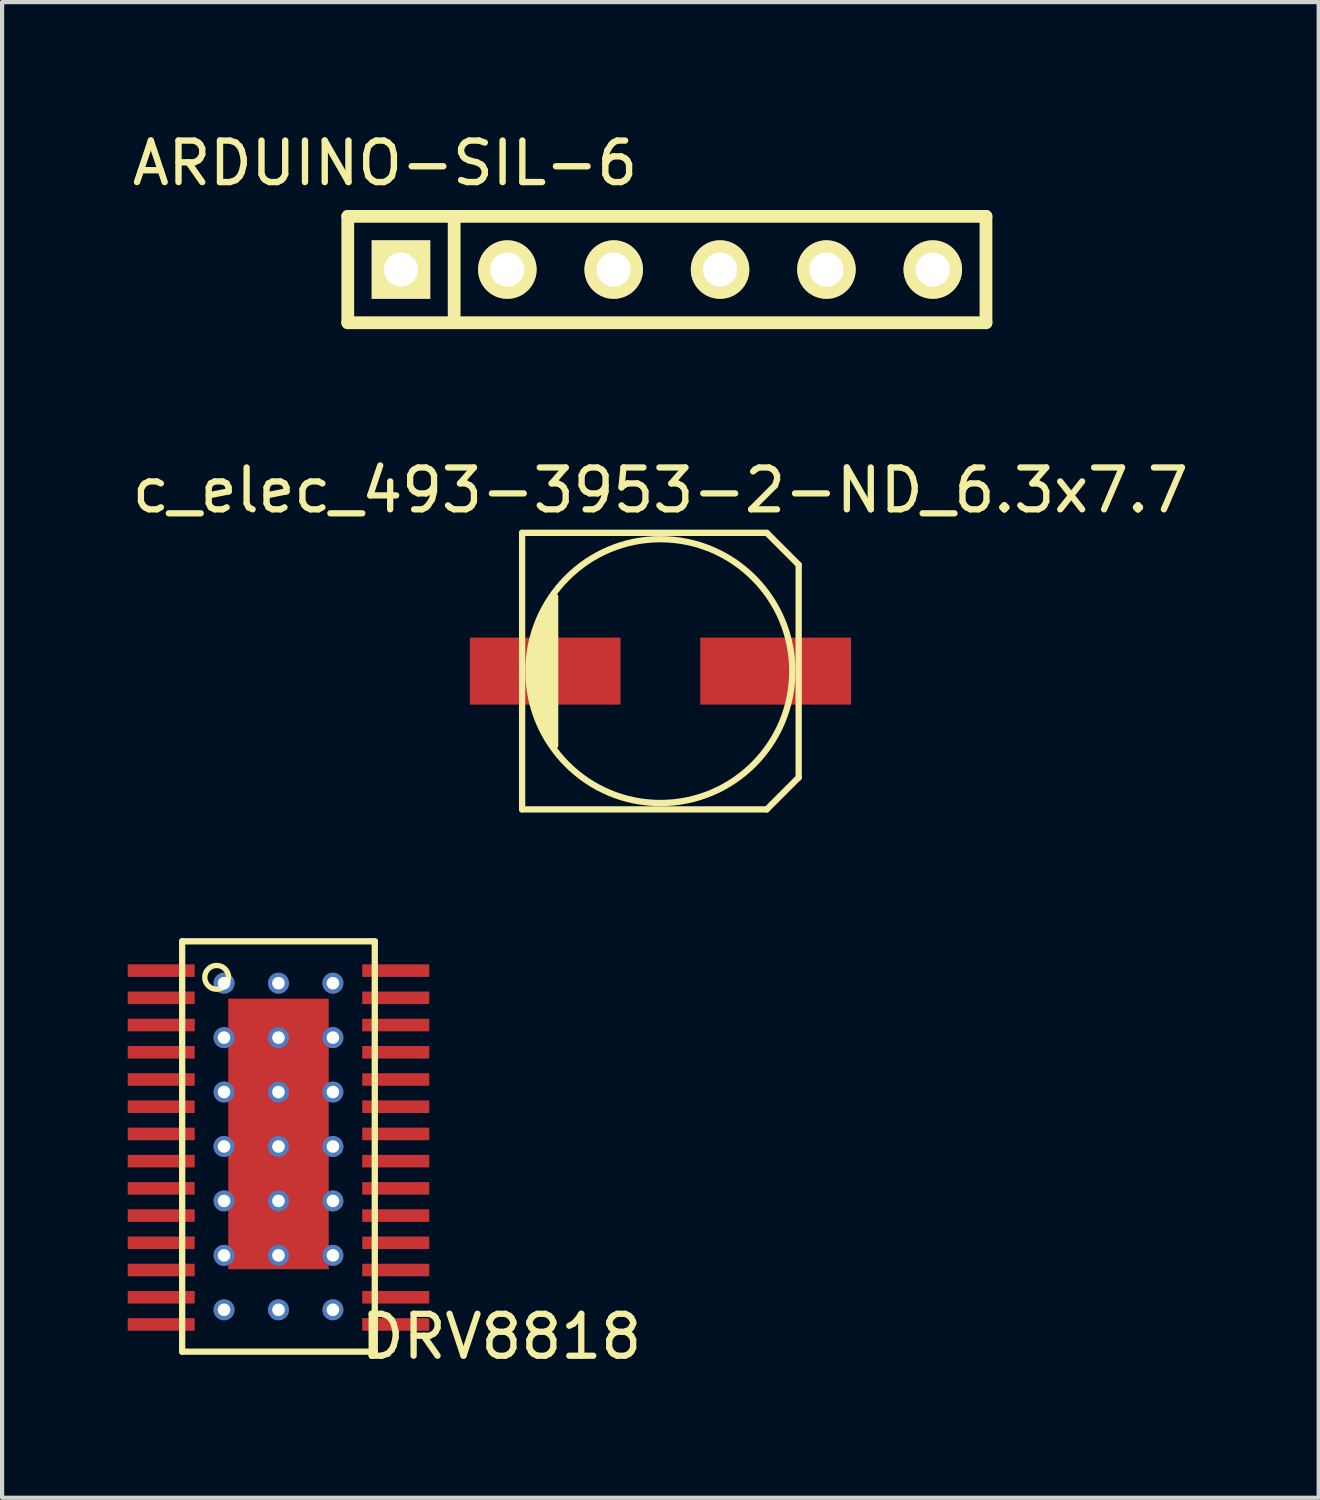
<source format=kicad_pcb>
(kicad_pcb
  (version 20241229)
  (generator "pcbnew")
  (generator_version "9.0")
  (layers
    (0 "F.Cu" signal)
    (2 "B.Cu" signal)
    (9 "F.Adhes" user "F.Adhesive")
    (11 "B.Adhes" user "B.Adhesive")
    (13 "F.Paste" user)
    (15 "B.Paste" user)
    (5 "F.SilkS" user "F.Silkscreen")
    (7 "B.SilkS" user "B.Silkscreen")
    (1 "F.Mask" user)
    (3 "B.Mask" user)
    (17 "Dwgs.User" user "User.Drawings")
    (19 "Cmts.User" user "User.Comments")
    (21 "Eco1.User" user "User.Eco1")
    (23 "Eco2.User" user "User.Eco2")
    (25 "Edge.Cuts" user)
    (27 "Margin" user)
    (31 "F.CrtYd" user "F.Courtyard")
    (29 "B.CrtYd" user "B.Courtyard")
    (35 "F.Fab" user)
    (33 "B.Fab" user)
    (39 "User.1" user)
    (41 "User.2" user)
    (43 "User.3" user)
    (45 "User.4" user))
  (footprint "c_elec_493-3953-2-ND_6.3x7.7"
    (layer "F.Cu")
    (at 12.72 12.976)
    (property "Reference" "c_elec_493-3953-2-ND_6.3x7.7" (at 0 -4.318 0) (layer "F.SilkS") (effects (font (size 1 1) (thickness 0.15))))
    (attr smd)
    (fp_line (start -3.302 -3.302) (end -3.302 3.302) (stroke (width 0.15) (type solid)) (layer "F.SilkS"))
    (fp_line (start -3.302 3.302) (end 2.54 3.302) (stroke (width 0.15) (type solid)) (layer "F.SilkS"))
    (fp_line (start -3.021 -0.762) (end -3.021 0.762) (stroke (width 0.15) (type solid)) (layer "F.SilkS"))
    (fp_line (start -2.894 1.143) (end -2.894 -1.143) (stroke (width 0.15) (type solid)) (layer "F.SilkS"))
    (fp_line (start -2.767 -1.397) (end -2.767 1.397) (stroke (width 0.15) (type solid)) (layer "F.SilkS"))
    (fp_line (start -2.64 1.651) (end -2.64 -1.651) (stroke (width 0.15) (type solid)) (layer "F.SilkS"))
    (fp_line (start -2.513 -1.778) (end -2.513 1.778) (stroke (width 0.15) (type solid)) (layer "F.SilkS"))
    (fp_line (start 2.54 -3.302) (end -3.302 -3.302) (stroke (width 0.15) (type solid)) (layer "F.SilkS"))
    (fp_line (start 2.54 3.302) (end 3.302 2.54) (stroke (width 0.15) (type solid)) (layer "F.SilkS"))
    (fp_line (start 3.302 -2.54) (end 2.54 -3.302) (stroke (width 0.15) (type solid)) (layer "F.SilkS"))
    (fp_line (start 3.302 2.54) (end 3.302 -2.54) (stroke (width 0.15) (type solid)) (layer "F.SilkS"))
    (fp_circle (center 0 0) (end 3.15 0) (stroke (width 0.15) (type solid)) (fill no) (layer "F.SilkS"))
    (pad "1" smd rect (at 2.751 0) (size 3.599 1.6) (layers "F.Cu" "F.Mask" "F.Paste"))
    (pad "2" smd rect (at -2.751 0) (size 3.599 1.6) (layers "F.Cu" "F.Mask" "F.Paste")))
  (footprint "ARDUINO-SIL-6"
    (layer "F.Cu")
    (at 12.875 3.387)
    (property "Reference" "ARDUINO-SIL-6" (at -6.731 -2.54 0) (layer "F.SilkS") (effects (font (size 0.991 0.991) (thickness 0.152))))
    (attr through_hole)
    (fp_line (start -7.62 -1.27) (end 7.62 -1.27) (stroke (width 0.305) (type solid)) (layer "F.SilkS"))
    (fp_line (start -7.62 1.27) (end -7.62 -1.27) (stroke (width 0.305) (type solid)) (layer "F.SilkS"))
    (fp_line (start -5.08 1.27) (end -5.08 -1.27) (stroke (width 0.305) (type solid)) (layer "F.SilkS"))
    (fp_line (start 7.62 -1.27) (end 7.62 1.27) (stroke (width 0.305) (type solid)) (layer "F.SilkS"))
    (fp_line (start 7.62 1.27) (end -7.62 1.27) (stroke (width 0.305) (type solid)) (layer "F.SilkS"))
    (pad "1" thru_hole rect (at -6.35 0) (size 1.397 1.397) (drill 0.813) (layers "*.Cu" "*.Mask" "F.SilkS"))
    (pad "2" thru_hole circle (at -3.81 0) (size 1.397 1.397) (drill 0.813) (layers "*.Cu" "*.Mask" "F.SilkS"))
    (pad "3" thru_hole circle (at -1.27 0) (size 1.397 1.397) (drill 0.813) (layers "*.Cu" "*.Mask" "F.SilkS"))
    (pad "4" thru_hole circle (at 1.27 0) (size 1.397 1.397) (drill 0.813) (layers "*.Cu" "*.Mask" "F.SilkS"))
    (pad "5" thru_hole circle (at 3.81 0) (size 1.397 1.397) (drill 0.813) (layers "*.Cu" "*.Mask" "F.SilkS"))
    (pad "6" thru_hole circle (at 6.35 0) (size 1.397 1.397) (drill 0.813) (layers "*.Cu" "*.Mask" "F.SilkS")))
  (footprint "DRV8818"
    (layer "F.Cu")
    (at 3.6 24.028)
    (property "Reference" "DRV8818" (at 5.324 4.841 0) (layer "F.SilkS") (effects (font (size 1.001 1.001) (thickness 0.15))))
    (attr smd)
    (fp_line (start -2.3 -4.6) (end 2.3 -4.6) (stroke (width 0.15) (type solid)) (layer "F.SilkS"))
    (fp_line (start -2.3 5.2) (end -2.3 -4.6) (stroke (width 0.15) (type solid)) (layer "F.SilkS"))
    (fp_line (start 2.3 -4.6) (end 2.3 5.2) (stroke (width 0.15) (type solid)) (layer "F.SilkS"))
    (fp_line (start 2.3 5.2) (end -2.3 5.2) (stroke (width 0.15) (type solid)) (layer "F.SilkS"))
    (fp_circle (center -1.476 -3.739) (end -1.73 -3.866) (stroke (width 0.127) (type solid)) (fill no) (layer "F.SilkS"))
    (pad "1" smd rect (at -2.8 -3.9 270) (size 0.3 1.6) (layers "F.Cu" "F.Mask" "F.Paste"))
    (pad "2" smd rect (at -2.8 -3.25 270) (size 0.3 1.6) (layers "F.Cu" "F.Mask" "F.Paste"))
    (pad "3" smd rect (at -2.8 -2.6 270) (size 0.3 1.6) (layers "F.Cu" "F.Mask" "F.Paste"))
    (pad "4" smd rect (at -2.8 -1.95 270) (size 0.3 1.6) (layers "F.Cu" "F.Mask" "F.Paste"))
    (pad "5" smd rect (at -2.8 -1.3 270) (size 0.3 1.6) (layers "F.Cu" "F.Mask" "F.Paste"))
    (pad "6" smd rect (at -2.8 -0.65 270) (size 0.3 1.6) (layers "F.Cu" "F.Mask" "F.Paste"))
    (pad "7" smd rect (at -2.8 0 270) (size 0.3 1.6) (layers "F.Cu" "F.Mask" "F.Paste"))
    (pad "8" smd rect (at -2.8 0.65 270) (size 0.3 1.6) (layers "F.Cu" "F.Mask" "F.Paste"))
    (pad "9" smd rect (at -2.8 1.3 270) (size 0.3 1.6) (layers "F.Cu" "F.Mask" "F.Paste"))
    (pad "10" smd rect (at -2.8 1.95 270) (size 0.3 1.6) (layers "F.Cu" "F.Mask" "F.Paste"))
    (pad "11" smd rect (at -2.8 2.6 270) (size 0.3 1.6) (layers "F.Cu" "F.Mask" "F.Paste"))
    (pad "12" smd rect (at -2.8 3.25 270) (size 0.3 1.6) (layers "F.Cu" "F.Mask" "F.Paste"))
    (pad "13" smd rect (at -2.8 3.9 270) (size 0.3 1.6) (layers "F.Cu" "F.Mask" "F.Paste"))
    (pad "14" smd rect (at -2.8 4.55 270) (size 0.3 1.6) (layers "F.Cu" "F.Mask" "F.Paste"))
    (pad "15" smd rect (at 2.8 4.55 270) (size 0.3 1.6) (layers "F.Cu" "F.Mask" "F.Paste"))
    (pad "16" smd rect (at 2.8 3.9 270) (size 0.3 1.6) (layers "F.Cu" "F.Mask" "F.Paste"))
    (pad "17" smd rect (at 2.8 3.25 270) (size 0.3 1.6) (layers "F.Cu" "F.Mask" "F.Paste"))
    (pad "18" smd rect (at 2.8 2.6 270) (size 0.3 1.6) (layers "F.Cu" "F.Mask" "F.Paste"))
    (pad "19" smd rect (at 2.8 1.95 270) (size 0.3 1.6) (layers "F.Cu" "F.Mask" "F.Paste"))
    (pad "20" smd rect (at 2.8 1.3 270) (size 0.3 1.6) (layers "F.Cu" "F.Mask" "F.Paste"))
    (pad "21" smd rect (at 2.8 0.65 270) (size 0.3 1.6) (layers "F.Cu" "F.Mask" "F.Paste"))
    (pad "22" smd rect (at 2.8 0 270) (size 0.3 1.6) (layers "F.Cu" "F.Mask" "F.Paste"))
    (pad "23" smd rect (at 2.8 -0.65 270) (size 0.3 1.6) (layers "F.Cu" "F.Mask" "F.Paste"))
    (pad "24" smd rect (at 2.8 -1.3 270) (size 0.3 1.6) (layers "F.Cu" "F.Mask" "F.Paste"))
    (pad "25" smd rect (at 2.8 -1.95 270) (size 0.3 1.6) (layers "F.Cu" "F.Mask" "F.Paste"))
    (pad "26" smd rect (at 2.8 -2.6 270) (size 0.3 1.6) (layers "F.Cu" "F.Mask" "F.Paste"))
    (pad "27" smd rect (at 2.8 -3.25 270) (size 0.3 1.6) (layers "F.Cu" "F.Mask" "F.Paste"))
    (pad "28" smd rect (at 2.8 -3.9 270) (size 0.3 1.6) (layers "F.Cu" "F.Mask" "F.Paste"))
    (pad "29" thru_hole circle (at -1.3 -3.6) (size 0.5 0.5) (drill 0.3) (layers "*.Cu" "*.Mask"))
    (pad "29" thru_hole circle (at -1.3 -2.3) (size 0.5 0.5) (drill 0.3) (layers "*.Cu" "*.Mask"))
    (pad "29" thru_hole circle (at -1.3 -1) (size 0.5 0.5) (drill 0.3) (layers "*.Cu" "*.Mask"))
    (pad "29" thru_hole circle (at -1.3 0.3) (size 0.5 0.5) (drill 0.3) (layers "*.Cu" "*.Mask"))
    (pad "29" thru_hole circle (at -1.3 1.6) (size 0.5 0.5) (drill 0.3) (layers "*.Cu" "*.Mask"))
    (pad "29" thru_hole circle (at -1.3 2.9) (size 0.5 0.5) (drill 0.3) (layers "*.Cu" "*.Mask"))
    (pad "29" thru_hole circle (at -1.3 4.2) (size 0.5 0.5) (drill 0.3) (layers "*.Cu" "*.Mask"))
    (pad "29" thru_hole circle (at 0 -3.6) (size 0.5 0.5) (drill 0.3) (layers "*.Cu" "*.Mask"))
    (pad "29" thru_hole circle (at 0 -2.3) (size 0.5 0.5) (drill 0.3) (layers "*.Cu" "*.Mask"))
    (pad "29" thru_hole circle (at 0 -1) (size 0.5 0.5) (drill 0.3) (layers "*.Cu" "*.Mask"))
    (pad "29" smd rect (at 0 0) (size 2.4 6.46) (layers "F.Cu" "F.Mask" "F.Paste"))
    (pad "29" thru_hole circle (at 0 0.3) (size 0.5 0.5) (drill 0.3) (layers "*.Cu" "*.Mask"))
    (pad "29" thru_hole circle (at 0 1.6) (size 0.5 0.5) (drill 0.3) (layers "*.Cu" "*.Mask"))
    (pad "29" thru_hole circle (at 0 2.9) (size 0.5 0.5) (drill 0.3) (layers "*.Cu" "*.Mask"))
    (pad "29" thru_hole circle (at 0 4.2) (size 0.5 0.5) (drill 0.3) (layers "*.Cu" "*.Mask"))
    (pad "29" thru_hole circle (at 1.3 -3.6) (size 0.5 0.5) (drill 0.3) (layers "*.Cu" "*.Mask"))
    (pad "29" thru_hole circle (at 1.3 -2.3) (size 0.5 0.5) (drill 0.3) (layers "*.Cu" "*.Mask"))
    (pad "29" thru_hole circle (at 1.3 -1) (size 0.5 0.5) (drill 0.3) (layers "*.Cu" "*.Mask"))
    (pad "29" thru_hole circle (at 1.3 0.3) (size 0.5 0.5) (drill 0.3) (layers "*.Cu" "*.Mask"))
    (pad "29" thru_hole circle (at 1.3 1.6) (size 0.5 0.5) (drill 0.3) (layers "*.Cu" "*.Mask"))
    (pad "29" thru_hole circle (at 1.3 2.9) (size 0.5 0.5) (drill 0.3) (layers "*.Cu" "*.Mask"))
    (pad "29" thru_hole circle (at 1.3 4.2) (size 0.5 0.5) (drill 0.3) (layers "*.Cu" "*.Mask")))
  (gr_rect
    (start -3 -3)
    (end 28.44 32.717)
    (stroke (width 0.1) (type default))
    (fill no)
    (layer "Edge.Cuts")))
</source>
